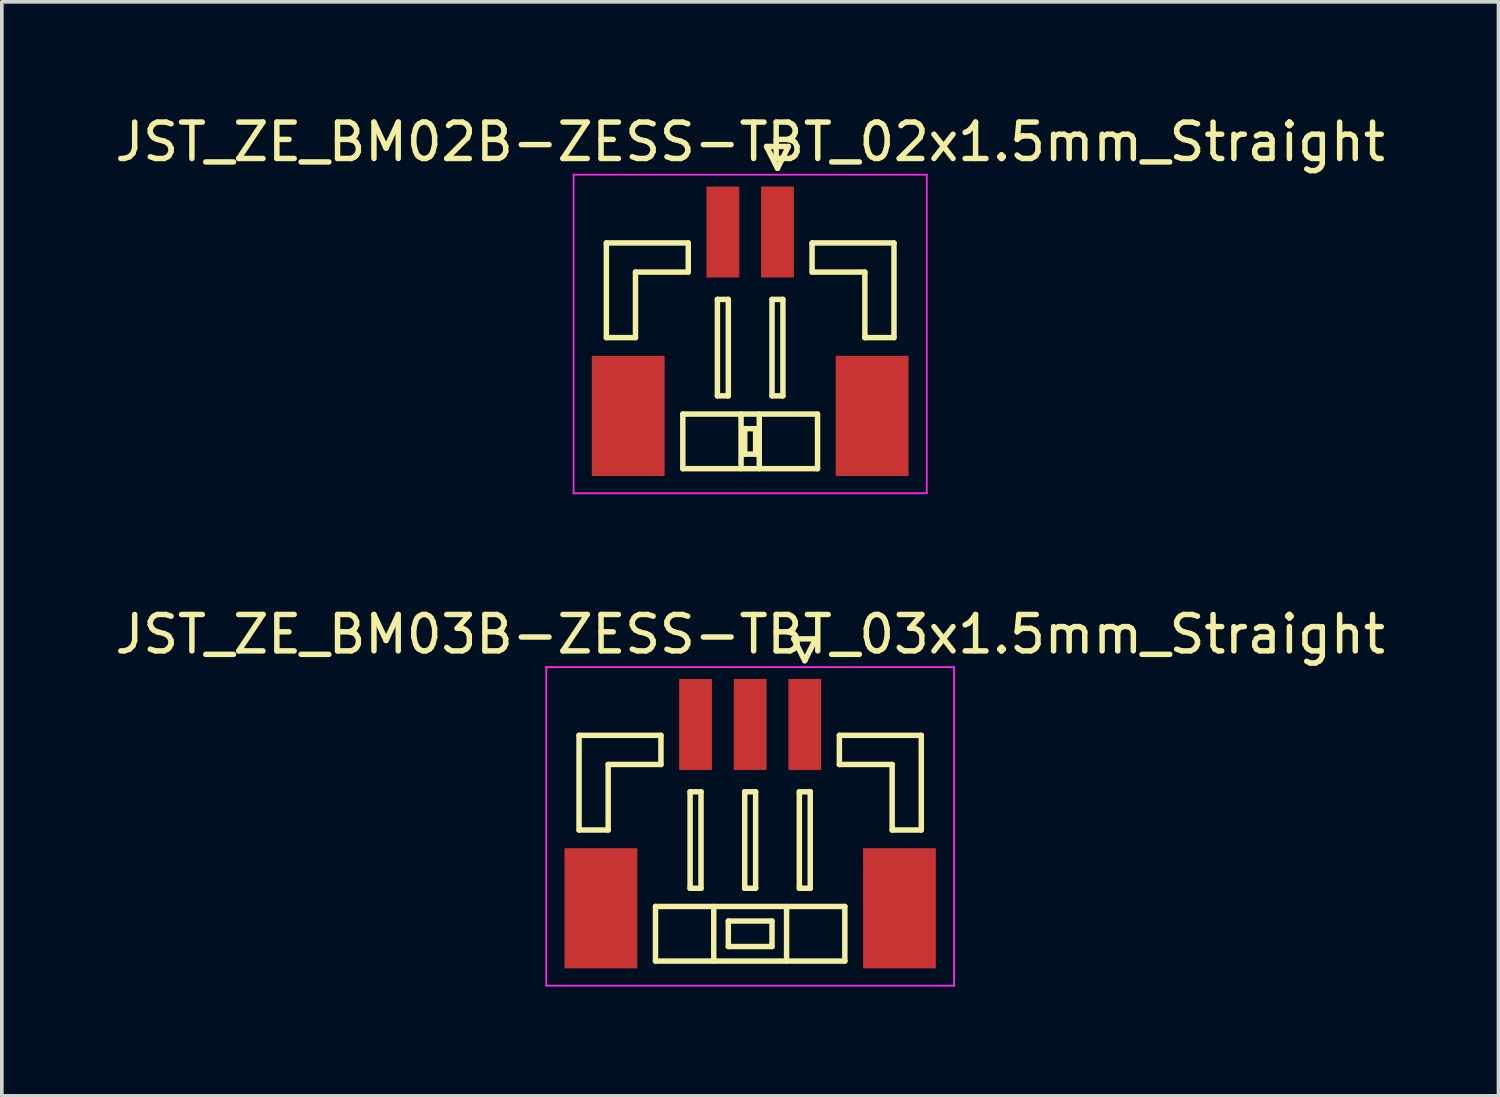
<source format=kicad_pcb>
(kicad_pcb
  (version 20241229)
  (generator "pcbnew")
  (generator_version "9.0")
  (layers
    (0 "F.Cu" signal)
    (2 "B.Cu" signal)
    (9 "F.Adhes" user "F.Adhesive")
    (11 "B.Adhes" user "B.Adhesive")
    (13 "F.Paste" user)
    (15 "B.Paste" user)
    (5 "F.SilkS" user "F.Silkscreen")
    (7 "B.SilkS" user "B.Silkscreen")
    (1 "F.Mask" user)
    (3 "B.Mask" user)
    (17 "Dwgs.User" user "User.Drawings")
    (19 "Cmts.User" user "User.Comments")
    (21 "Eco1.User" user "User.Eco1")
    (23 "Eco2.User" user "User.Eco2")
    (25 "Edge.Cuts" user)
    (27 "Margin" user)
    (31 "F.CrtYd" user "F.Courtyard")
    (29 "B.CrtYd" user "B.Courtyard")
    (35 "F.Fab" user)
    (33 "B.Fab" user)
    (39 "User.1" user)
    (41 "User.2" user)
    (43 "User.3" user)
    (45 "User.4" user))
  (footprint "JST_ZE_BM02B-ZESS-TBT_02x1.5mm_Straight"
    (layer "F.Cu")
    (at 17.554 5.848)
    (property "Reference" "JST_ZE_BM02B-ZESS-TBT_02x1.5mm_Straight" (at 0 -5 0) (layer "F.SilkS") (effects (font (size 1 1) (thickness 0.15))))
    (attr smd)
    (fp_line (start -3.95 -2.225) (end -3.95 0.375) (stroke (width 0.15) (type solid)) (layer "F.SilkS"))
    (fp_line (start -3.95 0.375) (end -3.15 0.375) (stroke (width 0.15) (type solid)) (layer "F.SilkS"))
    (fp_line (start -3.15 -1.425) (end -1.7 -1.425) (stroke (width 0.15) (type solid)) (layer "F.SilkS"))
    (fp_line (start -3.15 0.375) (end -3.15 -1.425) (stroke (width 0.15) (type solid)) (layer "F.SilkS"))
    (fp_line (start -1.85 2.475) (end -1.85 3.975) (stroke (width 0.15) (type solid)) (layer "F.SilkS"))
    (fp_line (start -1.85 3.975) (end 1.85 3.975) (stroke (width 0.15) (type solid)) (layer "F.SilkS"))
    (fp_line (start -1.7 -2.225) (end -3.95 -2.225) (stroke (width 0.15) (type solid)) (layer "F.SilkS"))
    (fp_line (start -1.7 -1.425) (end -1.7 -2.225) (stroke (width 0.15) (type solid)) (layer "F.SilkS"))
    (fp_line (start -0.9 -0.675) (end -0.9 1.975) (stroke (width 0.15) (type solid)) (layer "F.SilkS"))
    (fp_line (start -0.9 1.975) (end -0.6 1.975) (stroke (width 0.15) (type solid)) (layer "F.SilkS"))
    (fp_line (start -0.6 -0.675) (end -0.9 -0.675) (stroke (width 0.15) (type solid)) (layer "F.SilkS"))
    (fp_line (start -0.6 1.975) (end -0.6 -0.675) (stroke (width 0.15) (type solid)) (layer "F.SilkS"))
    (fp_line (start -0.25 2.475) (end -0.25 3.975) (stroke (width 0.15) (type solid)) (layer "F.SilkS"))
    (fp_line (start -0.15 2.875) (end 0.15 2.875) (stroke (width 0.15) (type solid)) (layer "F.SilkS"))
    (fp_line (start -0.15 3.575) (end -0.15 2.875) (stroke (width 0.15) (type solid)) (layer "F.SilkS"))
    (fp_line (start 0.15 2.875) (end 0.15 3.575) (stroke (width 0.15) (type solid)) (layer "F.SilkS"))
    (fp_line (start 0.15 3.575) (end -0.15 3.575) (stroke (width 0.15) (type solid)) (layer "F.SilkS"))
    (fp_line (start 0.25 2.475) (end 0.25 3.975) (stroke (width 0.15) (type solid)) (layer "F.SilkS"))
    (fp_line (start 0.45 -4.875) (end 0.75 -4.275) (stroke (width 0.15) (type solid)) (layer "F.SilkS"))
    (fp_line (start 0.6 -0.675) (end 0.6 1.975) (stroke (width 0.15) (type solid)) (layer "F.SilkS"))
    (fp_line (start 0.6 1.975) (end 0.9 1.975) (stroke (width 0.15) (type solid)) (layer "F.SilkS"))
    (fp_line (start 0.75 -4.275) (end 1.05 -4.875) (stroke (width 0.15) (type solid)) (layer "F.SilkS"))
    (fp_line (start 0.9 -0.675) (end 0.6 -0.675) (stroke (width 0.15) (type solid)) (layer "F.SilkS"))
    (fp_line (start 0.9 1.975) (end 0.9 -0.675) (stroke (width 0.15) (type solid)) (layer "F.SilkS"))
    (fp_line (start 1.05 -4.875) (end 0.45 -4.875) (stroke (width 0.15) (type solid)) (layer "F.SilkS"))
    (fp_line (start 1.7 -2.225) (end 3.95 -2.225) (stroke (width 0.15) (type solid)) (layer "F.SilkS"))
    (fp_line (start 1.7 -1.425) (end 1.7 -2.225) (stroke (width 0.15) (type solid)) (layer "F.SilkS"))
    (fp_line (start 1.85 2.475) (end -1.85 2.475) (stroke (width 0.15) (type solid)) (layer "F.SilkS"))
    (fp_line (start 1.85 3.975) (end 1.85 2.475) (stroke (width 0.15) (type solid)) (layer "F.SilkS"))
    (fp_line (start 3.15 -1.425) (end 1.7 -1.425) (stroke (width 0.15) (type solid)) (layer "F.SilkS"))
    (fp_line (start 3.15 0.375) (end 3.15 -1.425) (stroke (width 0.15) (type solid)) (layer "F.SilkS"))
    (fp_line (start 3.95 -2.225) (end 3.95 0.375) (stroke (width 0.15) (type solid)) (layer "F.SilkS"))
    (fp_line (start 3.95 0.375) (end 3.15 0.375) (stroke (width 0.15) (type solid)) (layer "F.SilkS"))
    (fp_line (start -4.85 -4.1) (end -4.85 4.65) (stroke (width 0.05) (type solid)) (layer "F.CrtYd"))
    (fp_line (start -4.85 4.65) (end 4.85 4.65) (stroke (width 0.05) (type solid)) (layer "F.CrtYd"))
    (fp_line (start 4.85 -4.1) (end -4.85 -4.1) (stroke (width 0.05) (type solid)) (layer "F.CrtYd"))
    (fp_line (start 4.85 4.65) (end 4.85 -4.1) (stroke (width 0.05) (type solid)) (layer "F.CrtYd"))
    (pad "" smd rect (at -3.35 2.525) (size 2 3.3) (layers "F.Cu" "F.Mask" "F.Paste"))
    (pad "" smd rect (at 3.35 2.525) (size 2 3.3) (layers "F.Cu" "F.Mask" "F.Paste"))
    (pad "1" smd rect (at 0.75 -2.525) (size 0.9 2.5) (layers "F.Cu" "F.Mask" "F.Paste"))
    (pad "2" smd rect (at -0.75 -2.525) (size 0.9 2.5) (layers "F.Cu" "F.Mask" "F.Paste")))
  (footprint "JST_ZE_BM03B-ZESS-TBT_03x1.5mm_Straight"
    (layer "F.Cu")
    (at 17.554 19.372)
    (property "Reference" "JST_ZE_BM03B-ZESS-TBT_03x1.5mm_Straight" (at 0 -5 0) (layer "F.SilkS") (effects (font (size 1 1) (thickness 0.15))))
    (attr smd)
    (fp_line (start -4.7 -2.225) (end -4.7 0.375) (stroke (width 0.15) (type solid)) (layer "F.SilkS"))
    (fp_line (start -4.7 0.375) (end -3.9 0.375) (stroke (width 0.15) (type solid)) (layer "F.SilkS"))
    (fp_line (start -3.9 -1.425) (end -2.45 -1.425) (stroke (width 0.15) (type solid)) (layer "F.SilkS"))
    (fp_line (start -3.9 0.375) (end -3.9 -1.425) (stroke (width 0.15) (type solid)) (layer "F.SilkS"))
    (fp_line (start -2.6 2.475) (end -2.6 3.975) (stroke (width 0.15) (type solid)) (layer "F.SilkS"))
    (fp_line (start -2.6 3.975) (end 2.6 3.975) (stroke (width 0.15) (type solid)) (layer "F.SilkS"))
    (fp_line (start -2.45 -2.225) (end -4.7 -2.225) (stroke (width 0.15) (type solid)) (layer "F.SilkS"))
    (fp_line (start -2.45 -1.425) (end -2.45 -2.225) (stroke (width 0.15) (type solid)) (layer "F.SilkS"))
    (fp_line (start -1.65 -0.675) (end -1.65 1.975) (stroke (width 0.15) (type solid)) (layer "F.SilkS"))
    (fp_line (start -1.65 1.975) (end -1.35 1.975) (stroke (width 0.15) (type solid)) (layer "F.SilkS"))
    (fp_line (start -1.35 -0.675) (end -1.65 -0.675) (stroke (width 0.15) (type solid)) (layer "F.SilkS"))
    (fp_line (start -1.35 1.975) (end -1.35 -0.675) (stroke (width 0.15) (type solid)) (layer "F.SilkS"))
    (fp_line (start -1 2.475) (end -1 3.975) (stroke (width 0.15) (type solid)) (layer "F.SilkS"))
    (fp_line (start -0.6 2.875) (end -0.6 3.575) (stroke (width 0.15) (type solid)) (layer "F.SilkS"))
    (fp_line (start -0.6 3.575) (end 0.6 3.575) (stroke (width 0.15) (type solid)) (layer "F.SilkS"))
    (fp_line (start -0.15 -0.675) (end -0.15 1.975) (stroke (width 0.15) (type solid)) (layer "F.SilkS"))
    (fp_line (start -0.15 1.975) (end 0.15 1.975) (stroke (width 0.15) (type solid)) (layer "F.SilkS"))
    (fp_line (start 0.15 -0.675) (end -0.15 -0.675) (stroke (width 0.15) (type solid)) (layer "F.SilkS"))
    (fp_line (start 0.15 1.975) (end 0.15 -0.675) (stroke (width 0.15) (type solid)) (layer "F.SilkS"))
    (fp_line (start 0.6 2.875) (end -0.6 2.875) (stroke (width 0.15) (type solid)) (layer "F.SilkS"))
    (fp_line (start 0.6 3.575) (end 0.6 2.875) (stroke (width 0.15) (type solid)) (layer "F.SilkS"))
    (fp_line (start 1 2.475) (end 1 3.975) (stroke (width 0.15) (type solid)) (layer "F.SilkS"))
    (fp_line (start 1.2 -4.875) (end 1.5 -4.275) (stroke (width 0.15) (type solid)) (layer "F.SilkS"))
    (fp_line (start 1.35 -0.675) (end 1.35 1.975) (stroke (width 0.15) (type solid)) (layer "F.SilkS"))
    (fp_line (start 1.35 1.975) (end 1.65 1.975) (stroke (width 0.15) (type solid)) (layer "F.SilkS"))
    (fp_line (start 1.5 -4.275) (end 1.8 -4.875) (stroke (width 0.15) (type solid)) (layer "F.SilkS"))
    (fp_line (start 1.65 -0.675) (end 1.35 -0.675) (stroke (width 0.15) (type solid)) (layer "F.SilkS"))
    (fp_line (start 1.65 1.975) (end 1.65 -0.675) (stroke (width 0.15) (type solid)) (layer "F.SilkS"))
    (fp_line (start 1.8 -4.875) (end 1.2 -4.875) (stroke (width 0.15) (type solid)) (layer "F.SilkS"))
    (fp_line (start 2.45 -2.225) (end 4.7 -2.225) (stroke (width 0.15) (type solid)) (layer "F.SilkS"))
    (fp_line (start 2.45 -1.425) (end 2.45 -2.225) (stroke (width 0.15) (type solid)) (layer "F.SilkS"))
    (fp_line (start 2.6 2.475) (end -2.6 2.475) (stroke (width 0.15) (type solid)) (layer "F.SilkS"))
    (fp_line (start 2.6 3.975) (end 2.6 2.475) (stroke (width 0.15) (type solid)) (layer "F.SilkS"))
    (fp_line (start 3.9 -1.425) (end 2.45 -1.425) (stroke (width 0.15) (type solid)) (layer "F.SilkS"))
    (fp_line (start 3.9 0.375) (end 3.9 -1.425) (stroke (width 0.15) (type solid)) (layer "F.SilkS"))
    (fp_line (start 4.7 -2.225) (end 4.7 0.375) (stroke (width 0.15) (type solid)) (layer "F.SilkS"))
    (fp_line (start 4.7 0.375) (end 3.9 0.375) (stroke (width 0.15) (type solid)) (layer "F.SilkS"))
    (fp_line (start -5.6 -4.1) (end -5.6 4.65) (stroke (width 0.05) (type solid)) (layer "F.CrtYd"))
    (fp_line (start -5.6 4.65) (end 5.6 4.65) (stroke (width 0.05) (type solid)) (layer "F.CrtYd"))
    (fp_line (start 5.6 -4.1) (end -5.6 -4.1) (stroke (width 0.05) (type solid)) (layer "F.CrtYd"))
    (fp_line (start 5.6 4.65) (end 5.6 -4.1) (stroke (width 0.05) (type solid)) (layer "F.CrtYd"))
    (pad "" smd rect (at -4.1 2.525) (size 2 3.3) (layers "F.Cu" "F.Mask" "F.Paste"))
    (pad "" smd rect (at 4.1 2.525) (size 2 3.3) (layers "F.Cu" "F.Mask" "F.Paste"))
    (pad "1" smd rect (at 1.5 -2.525) (size 0.9 2.5) (layers "F.Cu" "F.Mask" "F.Paste"))
    (pad "2" smd rect (at 0 -2.525) (size 0.9 2.5) (layers "F.Cu" "F.Mask" "F.Paste"))
    (pad "3" smd rect (at -1.5 -2.525) (size 0.9 2.5) (layers "F.Cu" "F.Mask" "F.Paste")))
  (gr_rect
    (start -3 -3)
    (end 38.107 27.047)
    (stroke (width 0.1) (type default))
    (fill no)
    (layer "Edge.Cuts")))
</source>
